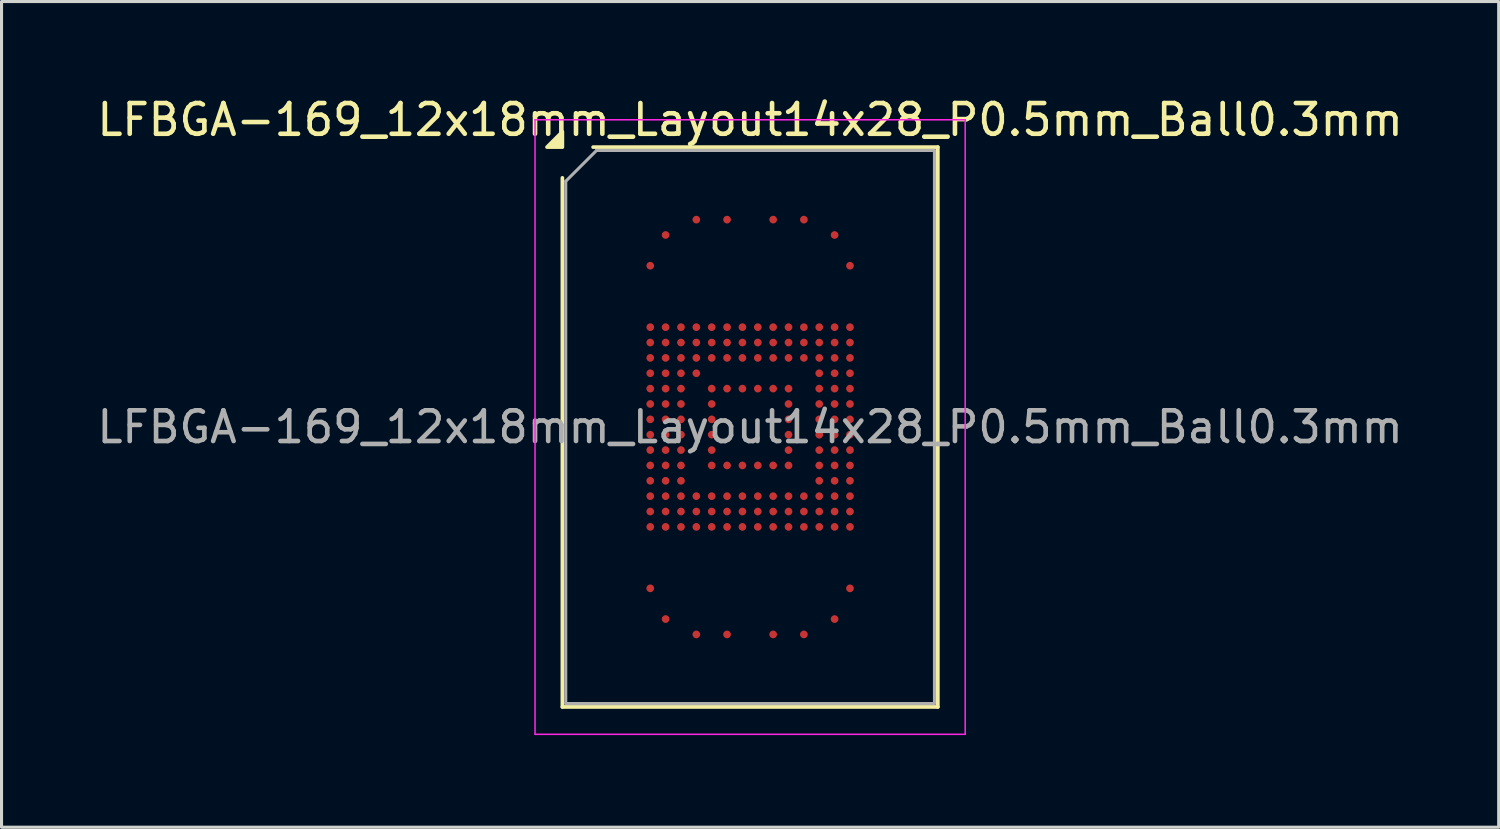
<source format=kicad_pcb>
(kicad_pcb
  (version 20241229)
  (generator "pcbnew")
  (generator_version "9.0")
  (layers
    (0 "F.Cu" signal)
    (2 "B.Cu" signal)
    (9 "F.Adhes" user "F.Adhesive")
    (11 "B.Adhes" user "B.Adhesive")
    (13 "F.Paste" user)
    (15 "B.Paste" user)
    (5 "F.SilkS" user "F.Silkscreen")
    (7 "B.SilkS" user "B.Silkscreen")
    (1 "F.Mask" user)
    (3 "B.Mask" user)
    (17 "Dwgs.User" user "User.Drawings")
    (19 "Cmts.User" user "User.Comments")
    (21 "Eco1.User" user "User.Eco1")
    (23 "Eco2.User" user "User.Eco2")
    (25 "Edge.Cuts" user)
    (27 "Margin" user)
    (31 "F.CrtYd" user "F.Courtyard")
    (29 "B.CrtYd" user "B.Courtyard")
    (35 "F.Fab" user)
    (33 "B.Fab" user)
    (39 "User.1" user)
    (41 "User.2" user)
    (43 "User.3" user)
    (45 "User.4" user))
  (footprint "LFBGA-169_12x18mm_Layout14x28_P0.5mm_Ball0.3mm"
    (layer "F.Cu")
    (at 21.363 10.848)
    (property "Reference" "LFBGA-169_12x18mm_Layout14x28_P0.5mm_Ball0.3mm" (at 0 -10 0) (layer "F.SilkS") (effects (font (size 1 1) (thickness 0.15))))
    (attr smd)
    (fp_line (start -6.11 9.11) (end -6.11 -8.11) (stroke (width 0.12) (type solid)) (layer "F.SilkS"))
    (fp_line (start -5.11 -9.11) (end 6.11 -9.11) (stroke (width 0.12) (type solid)) (layer "F.SilkS"))
    (fp_line (start 6.11 -9.11) (end 6.11 9.11) (stroke (width 0.12) (type solid)) (layer "F.SilkS"))
    (fp_line (start 6.11 9.11) (end -6.11 9.11) (stroke (width 0.12) (type solid)) (layer "F.SilkS"))
    (fp_poly (pts (xy -6.11 -9.11) (xy -6.61 -9.11) (xy -6.11 -9.61) (xy -6.11 -9.11)) (stroke (width 0.12) (type solid)) (fill yes) (layer "F.SilkS"))
    (fp_line (start -7 -10) (end -7 10) (stroke (width 0.05) (type solid)) (layer "F.CrtYd"))
    (fp_line (start -7 10) (end 7 10) (stroke (width 0.05) (type solid)) (layer "F.CrtYd"))
    (fp_line (start 7 -10) (end -7 -10) (stroke (width 0.05) (type solid)) (layer "F.CrtYd"))
    (fp_line (start 7 10) (end 7 -10) (stroke (width 0.05) (type solid)) (layer "F.CrtYd"))
    (fp_line (start -6 -8) (end -5 -9) (stroke (width 0.1) (type solid)) (layer "F.Fab"))
    (fp_line (start -6 9) (end -6 -8) (stroke (width 0.1) (type solid)) (layer "F.Fab"))
    (fp_line (start -5 -9) (end 6 -9) (stroke (width 0.1) (type solid)) (layer "F.Fab"))
    (fp_line (start 6 -9) (end 6 9) (stroke (width 0.1) (type solid)) (layer "F.Fab"))
    (fp_line (start 6 9) (end -6 9) (stroke (width 0.1) (type solid)) (layer "F.Fab"))
    (fp_text user "${REFERENCE}" (at 0 0 0) (layer "F.Fab") (effects (font (size 1 1) (thickness 0.15))))
    (pad "A4" smd circle (at -1.75 -6.75) (size 0.25 0.25) (property pad_prop_bga) (layers "F.Cu" "F.Mask" "F.Paste"))
    (pad "A6" smd circle (at -0.75 -6.75) (size 0.25 0.25) (property pad_prop_bga) (layers "F.Cu" "F.Mask" "F.Paste"))
    (pad "A9" smd circle (at 0.75 -6.75) (size 0.25 0.25) (property pad_prop_bga) (layers "F.Cu" "F.Mask" "F.Paste"))
    (pad "A11" smd circle (at 1.75 -6.75) (size 0.25 0.25) (property pad_prop_bga) (layers "F.Cu" "F.Mask" "F.Paste"))
    (pad "AA1" smd circle (at -3.25 3.25) (size 0.25 0.25) (property pad_prop_bga) (layers "F.Cu" "F.Mask" "F.Paste"))
    (pad "AA2" smd circle (at -2.75 3.25) (size 0.25 0.25) (property pad_prop_bga) (layers "F.Cu" "F.Mask" "F.Paste"))
    (pad "AA3" smd circle (at -2.25 3.25) (size 0.25 0.25) (property pad_prop_bga) (layers "F.Cu" "F.Mask" "F.Paste"))
    (pad "AA4" smd circle (at -1.75 3.25) (size 0.25 0.25) (property pad_prop_bga) (layers "F.Cu" "F.Mask" "F.Paste"))
    (pad "AA5" smd circle (at -1.25 3.25) (size 0.25 0.25) (property pad_prop_bga) (layers "F.Cu" "F.Mask" "F.Paste"))
    (pad "AA6" smd circle (at -0.75 3.25) (size 0.25 0.25) (property pad_prop_bga) (layers "F.Cu" "F.Mask" "F.Paste"))
    (pad "AA7" smd circle (at -0.25 3.25) (size 0.25 0.25) (property pad_prop_bga) (layers "F.Cu" "F.Mask" "F.Paste"))
    (pad "AA8" smd circle (at 0.25 3.25) (size 0.25 0.25) (property pad_prop_bga) (layers "F.Cu" "F.Mask" "F.Paste"))
    (pad "AA9" smd circle (at 0.75 3.25) (size 0.25 0.25) (property pad_prop_bga) (layers "F.Cu" "F.Mask" "F.Paste"))
    (pad "AA10" smd circle (at 1.25 3.25) (size 0.25 0.25) (property pad_prop_bga) (layers "F.Cu" "F.Mask" "F.Paste"))
    (pad "AA11" smd circle (at 1.75 3.25) (size 0.25 0.25) (property pad_prop_bga) (layers "F.Cu" "F.Mask" "F.Paste"))
    (pad "AA12" smd circle (at 2.25 3.25) (size 0.25 0.25) (property pad_prop_bga) (layers "F.Cu" "F.Mask" "F.Paste"))
    (pad "AA13" smd circle (at 2.75 3.25) (size 0.25 0.25) (property pad_prop_bga) (layers "F.Cu" "F.Mask" "F.Paste"))
    (pad "AA14" smd circle (at 3.25 3.25) (size 0.25 0.25) (property pad_prop_bga) (layers "F.Cu" "F.Mask" "F.Paste"))
    (pad "AE1" smd circle (at -3.25 5.25) (size 0.25 0.25) (property pad_prop_bga) (layers "F.Cu" "F.Mask" "F.Paste"))
    (pad "AE14" smd circle (at 3.25 5.25) (size 0.25 0.25) (property pad_prop_bga) (layers "F.Cu" "F.Mask" "F.Paste"))
    (pad "AG2" smd circle (at -2.75 6.25) (size 0.25 0.25) (property pad_prop_bga) (layers "F.Cu" "F.Mask" "F.Paste"))
    (pad "AG13" smd circle (at 2.75 6.25) (size 0.25 0.25) (property pad_prop_bga) (layers "F.Cu" "F.Mask" "F.Paste"))
    (pad "AH4" smd circle (at -1.75 6.75) (size 0.25 0.25) (property pad_prop_bga) (layers "F.Cu" "F.Mask" "F.Paste"))
    (pad "AH6" smd circle (at -0.75 6.75) (size 0.25 0.25) (property pad_prop_bga) (layers "F.Cu" "F.Mask" "F.Paste"))
    (pad "AH9" smd circle (at 0.75 6.75) (size 0.25 0.25) (property pad_prop_bga) (layers "F.Cu" "F.Mask" "F.Paste"))
    (pad "AH11" smd circle (at 1.75 6.75) (size 0.25 0.25) (property pad_prop_bga) (layers "F.Cu" "F.Mask" "F.Paste"))
    (pad "B2" smd circle (at -2.75 -6.25) (size 0.25 0.25) (property pad_prop_bga) (layers "F.Cu" "F.Mask" "F.Paste"))
    (pad "B13" smd circle (at 2.75 -6.25) (size 0.25 0.25) (property pad_prop_bga) (layers "F.Cu" "F.Mask" "F.Paste"))
    (pad "D1" smd circle (at -3.25 -5.25) (size 0.25 0.25) (property pad_prop_bga) (layers "F.Cu" "F.Mask" "F.Paste"))
    (pad "D14" smd circle (at 3.25 -5.25) (size 0.25 0.25) (property pad_prop_bga) (layers "F.Cu" "F.Mask" "F.Paste"))
    (pad "H1" smd circle (at -3.25 -3.25) (size 0.25 0.25) (property pad_prop_bga) (layers "F.Cu" "F.Mask" "F.Paste"))
    (pad "H2" smd circle (at -2.75 -3.25) (size 0.25 0.25) (property pad_prop_bga) (layers "F.Cu" "F.Mask" "F.Paste"))
    (pad "H3" smd circle (at -2.25 -3.25) (size 0.25 0.25) (property pad_prop_bga) (layers "F.Cu" "F.Mask" "F.Paste"))
    (pad "H4" smd circle (at -1.75 -3.25) (size 0.25 0.25) (property pad_prop_bga) (layers "F.Cu" "F.Mask" "F.Paste"))
    (pad "H5" smd circle (at -1.25 -3.25) (size 0.25 0.25) (property pad_prop_bga) (layers "F.Cu" "F.Mask" "F.Paste"))
    (pad "H6" smd circle (at -0.75 -3.25) (size 0.25 0.25) (property pad_prop_bga) (layers "F.Cu" "F.Mask" "F.Paste"))
    (pad "H7" smd circle (at -0.25 -3.25) (size 0.25 0.25) (property pad_prop_bga) (layers "F.Cu" "F.Mask" "F.Paste"))
    (pad "H8" smd circle (at 0.25 -3.25) (size 0.25 0.25) (property pad_prop_bga) (layers "F.Cu" "F.Mask" "F.Paste"))
    (pad "H9" smd circle (at 0.75 -3.25) (size 0.25 0.25) (property pad_prop_bga) (layers "F.Cu" "F.Mask" "F.Paste"))
    (pad "H10" smd circle (at 1.25 -3.25) (size 0.25 0.25) (property pad_prop_bga) (layers "F.Cu" "F.Mask" "F.Paste"))
    (pad "H11" smd circle (at 1.75 -3.25) (size 0.25 0.25) (property pad_prop_bga) (layers "F.Cu" "F.Mask" "F.Paste"))
    (pad "H12" smd circle (at 2.25 -3.25) (size 0.25 0.25) (property pad_prop_bga) (layers "F.Cu" "F.Mask" "F.Paste"))
    (pad "H13" smd circle (at 2.75 -3.25) (size 0.25 0.25) (property pad_prop_bga) (layers "F.Cu" "F.Mask" "F.Paste"))
    (pad "H14" smd circle (at 3.25 -3.25) (size 0.25 0.25) (property pad_prop_bga) (layers "F.Cu" "F.Mask" "F.Paste"))
    (pad "J1" smd circle (at -3.25 -2.75) (size 0.25 0.25) (property pad_prop_bga) (layers "F.Cu" "F.Mask" "F.Paste"))
    (pad "J2" smd circle (at -2.75 -2.75) (size 0.25 0.25) (property pad_prop_bga) (layers "F.Cu" "F.Mask" "F.Paste"))
    (pad "J3" smd circle (at -2.25 -2.75) (size 0.25 0.25) (property pad_prop_bga) (layers "F.Cu" "F.Mask" "F.Paste"))
    (pad "J4" smd circle (at -1.75 -2.75) (size 0.25 0.25) (property pad_prop_bga) (layers "F.Cu" "F.Mask" "F.Paste"))
    (pad "J5" smd circle (at -1.25 -2.75) (size 0.25 0.25) (property pad_prop_bga) (layers "F.Cu" "F.Mask" "F.Paste"))
    (pad "J6" smd circle (at -0.75 -2.75) (size 0.25 0.25) (property pad_prop_bga) (layers "F.Cu" "F.Mask" "F.Paste"))
    (pad "J7" smd circle (at -0.25 -2.75) (size 0.25 0.25) (property pad_prop_bga) (layers "F.Cu" "F.Mask" "F.Paste"))
    (pad "J8" smd circle (at 0.25 -2.75) (size 0.25 0.25) (property pad_prop_bga) (layers "F.Cu" "F.Mask" "F.Paste"))
    (pad "J9" smd circle (at 0.75 -2.75) (size 0.25 0.25) (property pad_prop_bga) (layers "F.Cu" "F.Mask" "F.Paste"))
    (pad "J10" smd circle (at 1.25 -2.75) (size 0.25 0.25) (property pad_prop_bga) (layers "F.Cu" "F.Mask" "F.Paste"))
    (pad "J11" smd circle (at 1.75 -2.75) (size 0.25 0.25) (property pad_prop_bga) (layers "F.Cu" "F.Mask" "F.Paste"))
    (pad "J12" smd circle (at 2.25 -2.75) (size 0.25 0.25) (property pad_prop_bga) (layers "F.Cu" "F.Mask" "F.Paste"))
    (pad "J13" smd circle (at 2.75 -2.75) (size 0.25 0.25) (property pad_prop_bga) (layers "F.Cu" "F.Mask" "F.Paste"))
    (pad "J14" smd circle (at 3.25 -2.75) (size 0.25 0.25) (property pad_prop_bga) (layers "F.Cu" "F.Mask" "F.Paste"))
    (pad "K1" smd circle (at -3.25 -2.25) (size 0.25 0.25) (property pad_prop_bga) (layers "F.Cu" "F.Mask" "F.Paste"))
    (pad "K2" smd circle (at -2.75 -2.25) (size 0.25 0.25) (property pad_prop_bga) (layers "F.Cu" "F.Mask" "F.Paste"))
    (pad "K3" smd circle (at -2.25 -2.25) (size 0.25 0.25) (property pad_prop_bga) (layers "F.Cu" "F.Mask" "F.Paste"))
    (pad "K4" smd circle (at -1.75 -2.25) (size 0.25 0.25) (property pad_prop_bga) (layers "F.Cu" "F.Mask" "F.Paste"))
    (pad "K5" smd circle (at -1.25 -2.25) (size 0.25 0.25) (property pad_prop_bga) (layers "F.Cu" "F.Mask" "F.Paste"))
    (pad "K6" smd circle (at -0.75 -2.25) (size 0.25 0.25) (property pad_prop_bga) (layers "F.Cu" "F.Mask" "F.Paste"))
    (pad "K7" smd circle (at -0.25 -2.25) (size 0.25 0.25) (property pad_prop_bga) (layers "F.Cu" "F.Mask" "F.Paste"))
    (pad "K8" smd circle (at 0.25 -2.25) (size 0.25 0.25) (property pad_prop_bga) (layers "F.Cu" "F.Mask" "F.Paste"))
    (pad "K9" smd circle (at 0.75 -2.25) (size 0.25 0.25) (property pad_prop_bga) (layers "F.Cu" "F.Mask" "F.Paste"))
    (pad "K10" smd circle (at 1.25 -2.25) (size 0.25 0.25) (property pad_prop_bga) (layers "F.Cu" "F.Mask" "F.Paste"))
    (pad "K11" smd circle (at 1.75 -2.25) (size 0.25 0.25) (property pad_prop_bga) (layers "F.Cu" "F.Mask" "F.Paste"))
    (pad "K12" smd circle (at 2.25 -2.25) (size 0.25 0.25) (property pad_prop_bga) (layers "F.Cu" "F.Mask" "F.Paste"))
    (pad "K13" smd circle (at 2.75 -2.25) (size 0.25 0.25) (property pad_prop_bga) (layers "F.Cu" "F.Mask" "F.Paste"))
    (pad "K14" smd circle (at 3.25 -2.25) (size 0.25 0.25) (property pad_prop_bga) (layers "F.Cu" "F.Mask" "F.Paste"))
    (pad "L1" smd circle (at -3.25 -1.75) (size 0.25 0.25) (property pad_prop_bga) (layers "F.Cu" "F.Mask" "F.Paste"))
    (pad "L2" smd circle (at -2.75 -1.75) (size 0.25 0.25) (property pad_prop_bga) (layers "F.Cu" "F.Mask" "F.Paste"))
    (pad "L3" smd circle (at -2.25 -1.75) (size 0.25 0.25) (property pad_prop_bga) (layers "F.Cu" "F.Mask" "F.Paste"))
    (pad "L4" smd circle (at -1.75 -1.75) (size 0.25 0.25) (property pad_prop_bga) (layers "F.Cu" "F.Mask" "F.Paste"))
    (pad "L12" smd circle (at 2.25 -1.75) (size 0.25 0.25) (property pad_prop_bga) (layers "F.Cu" "F.Mask" "F.Paste"))
    (pad "L13" smd circle (at 2.75 -1.75) (size 0.25 0.25) (property pad_prop_bga) (layers "F.Cu" "F.Mask" "F.Paste"))
    (pad "L14" smd circle (at 3.25 -1.75) (size 0.25 0.25) (property pad_prop_bga) (layers "F.Cu" "F.Mask" "F.Paste"))
    (pad "M1" smd circle (at -3.25 -1.25) (size 0.25 0.25) (property pad_prop_bga) (layers "F.Cu" "F.Mask" "F.Paste"))
    (pad "M2" smd circle (at -2.75 -1.25) (size 0.25 0.25) (property pad_prop_bga) (layers "F.Cu" "F.Mask" "F.Paste"))
    (pad "M3" smd circle (at -2.25 -1.25) (size 0.25 0.25) (property pad_prop_bga) (layers "F.Cu" "F.Mask" "F.Paste"))
    (pad "M5" smd circle (at -1.25 -1.25) (size 0.25 0.25) (property pad_prop_bga) (layers "F.Cu" "F.Mask" "F.Paste"))
    (pad "M6" smd circle (at -0.75 -1.25) (size 0.25 0.25) (property pad_prop_bga) (layers "F.Cu" "F.Mask" "F.Paste"))
    (pad "M7" smd circle (at -0.25 -1.25) (size 0.25 0.25) (property pad_prop_bga) (layers "F.Cu" "F.Mask" "F.Paste"))
    (pad "M8" smd circle (at 0.25 -1.25) (size 0.25 0.25) (property pad_prop_bga) (layers "F.Cu" "F.Mask" "F.Paste"))
    (pad "M9" smd circle (at 0.75 -1.25) (size 0.25 0.25) (property pad_prop_bga) (layers "F.Cu" "F.Mask" "F.Paste"))
    (pad "M10" smd circle (at 1.25 -1.25) (size 0.25 0.25) (property pad_prop_bga) (layers "F.Cu" "F.Mask" "F.Paste"))
    (pad "M12" smd circle (at 2.25 -1.25) (size 0.25 0.25) (property pad_prop_bga) (layers "F.Cu" "F.Mask" "F.Paste"))
    (pad "M13" smd circle (at 2.75 -1.25) (size 0.25 0.25) (property pad_prop_bga) (layers "F.Cu" "F.Mask" "F.Paste"))
    (pad "M14" smd circle (at 3.25 -1.25) (size 0.25 0.25) (property pad_prop_bga) (layers "F.Cu" "F.Mask" "F.Paste"))
    (pad "N1" smd circle (at -3.25 -0.75) (size 0.25 0.25) (property pad_prop_bga) (layers "F.Cu" "F.Mask" "F.Paste"))
    (pad "N2" smd circle (at -2.75 -0.75) (size 0.25 0.25) (property pad_prop_bga) (layers "F.Cu" "F.Mask" "F.Paste"))
    (pad "N3" smd circle (at -2.25 -0.75) (size 0.25 0.25) (property pad_prop_bga) (layers "F.Cu" "F.Mask" "F.Paste"))
    (pad "N5" smd circle (at -1.25 -0.75) (size 0.25 0.25) (property pad_prop_bga) (layers "F.Cu" "F.Mask" "F.Paste"))
    (pad "N10" smd circle (at 1.25 -0.75) (size 0.25 0.25) (property pad_prop_bga) (layers "F.Cu" "F.Mask" "F.Paste"))
    (pad "N12" smd circle (at 2.25 -0.75) (size 0.25 0.25) (property pad_prop_bga) (layers "F.Cu" "F.Mask" "F.Paste"))
    (pad "N13" smd circle (at 2.75 -0.75) (size 0.25 0.25) (property pad_prop_bga) (layers "F.Cu" "F.Mask" "F.Paste"))
    (pad "N14" smd circle (at 3.25 -0.75) (size 0.25 0.25) (property pad_prop_bga) (layers "F.Cu" "F.Mask" "F.Paste"))
    (pad "P1" smd circle (at -3.25 -0.25) (size 0.25 0.25) (property pad_prop_bga) (layers "F.Cu" "F.Mask" "F.Paste"))
    (pad "P2" smd circle (at -2.75 -0.25) (size 0.25 0.25) (property pad_prop_bga) (layers "F.Cu" "F.Mask" "F.Paste"))
    (pad "P3" smd circle (at -2.25 -0.25) (size 0.25 0.25) (property pad_prop_bga) (layers "F.Cu" "F.Mask" "F.Paste"))
    (pad "P5" smd circle (at -1.25 -0.25) (size 0.25 0.25) (property pad_prop_bga) (layers "F.Cu" "F.Mask" "F.Paste"))
    (pad "P10" smd circle (at 1.25 -0.25) (size 0.25 0.25) (property pad_prop_bga) (layers "F.Cu" "F.Mask" "F.Paste"))
    (pad "P12" smd circle (at 2.25 -0.25) (size 0.25 0.25) (property pad_prop_bga) (layers "F.Cu" "F.Mask" "F.Paste"))
    (pad "P13" smd circle (at 2.75 -0.25) (size 0.25 0.25) (property pad_prop_bga) (layers "F.Cu" "F.Mask" "F.Paste"))
    (pad "P14" smd circle (at 3.25 -0.25) (size 0.25 0.25) (property pad_prop_bga) (layers "F.Cu" "F.Mask" "F.Paste"))
    (pad "R1" smd circle (at -3.25 0.25) (size 0.25 0.25) (property pad_prop_bga) (layers "F.Cu" "F.Mask" "F.Paste"))
    (pad "R2" smd circle (at -2.75 0.25) (size 0.25 0.25) (property pad_prop_bga) (layers "F.Cu" "F.Mask" "F.Paste"))
    (pad "R3" smd circle (at -2.25 0.25) (size 0.25 0.25) (property pad_prop_bga) (layers "F.Cu" "F.Mask" "F.Paste"))
    (pad "R5" smd circle (at -1.25 0.25) (size 0.25 0.25) (property pad_prop_bga) (layers "F.Cu" "F.Mask" "F.Paste"))
    (pad "R10" smd circle (at 1.25 0.25) (size 0.25 0.25) (property pad_prop_bga) (layers "F.Cu" "F.Mask" "F.Paste"))
    (pad "R12" smd circle (at 2.25 0.25) (size 0.25 0.25) (property pad_prop_bga) (layers "F.Cu" "F.Mask" "F.Paste"))
    (pad "R13" smd circle (at 2.75 0.25) (size 0.25 0.25) (property pad_prop_bga) (layers "F.Cu" "F.Mask" "F.Paste"))
    (pad "R14" smd circle (at 3.25 0.25) (size 0.25 0.25) (property pad_prop_bga) (layers "F.Cu" "F.Mask" "F.Paste"))
    (pad "T1" smd circle (at -3.25 0.75) (size 0.25 0.25) (property pad_prop_bga) (layers "F.Cu" "F.Mask" "F.Paste"))
    (pad "T2" smd circle (at -2.75 0.75) (size 0.25 0.25) (property pad_prop_bga) (layers "F.Cu" "F.Mask" "F.Paste"))
    (pad "T3" smd circle (at -2.25 0.75) (size 0.25 0.25) (property pad_prop_bga) (layers "F.Cu" "F.Mask" "F.Paste"))
    (pad "T5" smd circle (at -1.25 0.75) (size 0.25 0.25) (property pad_prop_bga) (layers "F.Cu" "F.Mask" "F.Paste"))
    (pad "T10" smd circle (at 1.25 0.75) (size 0.25 0.25) (property pad_prop_bga) (layers "F.Cu" "F.Mask" "F.Paste"))
    (pad "T12" smd circle (at 2.25 0.75) (size 0.25 0.25) (property pad_prop_bga) (layers "F.Cu" "F.Mask" "F.Paste"))
    (pad "T13" smd circle (at 2.75 0.75) (size 0.25 0.25) (property pad_prop_bga) (layers "F.Cu" "F.Mask" "F.Paste"))
    (pad "T14" smd circle (at 3.25 0.75) (size 0.25 0.25) (property pad_prop_bga) (layers "F.Cu" "F.Mask" "F.Paste"))
    (pad "U1" smd circle (at -3.25 1.25) (size 0.25 0.25) (property pad_prop_bga) (layers "F.Cu" "F.Mask" "F.Paste"))
    (pad "U2" smd circle (at -2.75 1.25) (size 0.25 0.25) (property pad_prop_bga) (layers "F.Cu" "F.Mask" "F.Paste"))
    (pad "U3" smd circle (at -2.25 1.25) (size 0.25 0.25) (property pad_prop_bga) (layers "F.Cu" "F.Mask" "F.Paste"))
    (pad "U5" smd circle (at -1.25 1.25) (size 0.25 0.25) (property pad_prop_bga) (layers "F.Cu" "F.Mask" "F.Paste"))
    (pad "U6" smd circle (at -0.75 1.25) (size 0.25 0.25) (property pad_prop_bga) (layers "F.Cu" "F.Mask" "F.Paste"))
    (pad "U7" smd circle (at -0.25 1.25) (size 0.25 0.25) (property pad_prop_bga) (layers "F.Cu" "F.Mask" "F.Paste"))
    (pad "U8" smd circle (at 0.25 1.25) (size 0.25 0.25) (property pad_prop_bga) (layers "F.Cu" "F.Mask" "F.Paste"))
    (pad "U9" smd circle (at 0.75 1.25) (size 0.25 0.25) (property pad_prop_bga) (layers "F.Cu" "F.Mask" "F.Paste"))
    (pad "U10" smd circle (at 1.25 1.25) (size 0.25 0.25) (property pad_prop_bga) (layers "F.Cu" "F.Mask" "F.Paste"))
    (pad "U12" smd circle (at 2.25 1.25) (size 0.25 0.25) (property pad_prop_bga) (layers "F.Cu" "F.Mask" "F.Paste"))
    (pad "U13" smd circle (at 2.75 1.25) (size 0.25 0.25) (property pad_prop_bga) (layers "F.Cu" "F.Mask" "F.Paste"))
    (pad "U14" smd circle (at 3.25 1.25) (size 0.25 0.25) (property pad_prop_bga) (layers "F.Cu" "F.Mask" "F.Paste"))
    (pad "V1" smd circle (at -3.25 1.75) (size 0.25 0.25) (property pad_prop_bga) (layers "F.Cu" "F.Mask" "F.Paste"))
    (pad "V2" smd circle (at -2.75 1.75) (size 0.25 0.25) (property pad_prop_bga) (layers "F.Cu" "F.Mask" "F.Paste"))
    (pad "V3" smd circle (at -2.25 1.75) (size 0.25 0.25) (property pad_prop_bga) (layers "F.Cu" "F.Mask" "F.Paste"))
    (pad "V12" smd circle (at 2.25 1.75) (size 0.25 0.25) (property pad_prop_bga) (layers "F.Cu" "F.Mask" "F.Paste"))
    (pad "V13" smd circle (at 2.75 1.75) (size 0.25 0.25) (property pad_prop_bga) (layers "F.Cu" "F.Mask" "F.Paste"))
    (pad "V14" smd circle (at 3.25 1.75) (size 0.25 0.25) (property pad_prop_bga) (layers "F.Cu" "F.Mask" "F.Paste"))
    (pad "W1" smd circle (at -3.25 2.25) (size 0.25 0.25) (property pad_prop_bga) (layers "F.Cu" "F.Mask" "F.Paste"))
    (pad "W2" smd circle (at -2.75 2.25) (size 0.25 0.25) (property pad_prop_bga) (layers "F.Cu" "F.Mask" "F.Paste"))
    (pad "W3" smd circle (at -2.25 2.25) (size 0.25 0.25) (property pad_prop_bga) (layers "F.Cu" "F.Mask" "F.Paste"))
    (pad "W4" smd circle (at -1.75 2.25) (size 0.25 0.25) (property pad_prop_bga) (layers "F.Cu" "F.Mask" "F.Paste"))
    (pad "W5" smd circle (at -1.25 2.25) (size 0.25 0.25) (property pad_prop_bga) (layers "F.Cu" "F.Mask" "F.Paste"))
    (pad "W6" smd circle (at -0.75 2.25) (size 0.25 0.25) (property pad_prop_bga) (layers "F.Cu" "F.Mask" "F.Paste"))
    (pad "W7" smd circle (at -0.25 2.25) (size 0.25 0.25) (property pad_prop_bga) (layers "F.Cu" "F.Mask" "F.Paste"))
    (pad "W8" smd circle (at 0.25 2.25) (size 0.25 0.25) (property pad_prop_bga) (layers "F.Cu" "F.Mask" "F.Paste"))
    (pad "W9" smd circle (at 0.75 2.25) (size 0.25 0.25) (property pad_prop_bga) (layers "F.Cu" "F.Mask" "F.Paste"))
    (pad "W10" smd circle (at 1.25 2.25) (size 0.25 0.25) (property pad_prop_bga) (layers "F.Cu" "F.Mask" "F.Paste"))
    (pad "W11" smd circle (at 1.75 2.25) (size 0.25 0.25) (property pad_prop_bga) (layers "F.Cu" "F.Mask" "F.Paste"))
    (pad "W12" smd circle (at 2.25 2.25) (size 0.25 0.25) (property pad_prop_bga) (layers "F.Cu" "F.Mask" "F.Paste"))
    (pad "W13" smd circle (at 2.75 2.25) (size 0.25 0.25) (property pad_prop_bga) (layers "F.Cu" "F.Mask" "F.Paste"))
    (pad "W14" smd circle (at 3.25 2.25) (size 0.25 0.25) (property pad_prop_bga) (layers "F.Cu" "F.Mask" "F.Paste"))
    (pad "Y1" smd circle (at -3.25 2.75) (size 0.25 0.25) (property pad_prop_bga) (layers "F.Cu" "F.Mask" "F.Paste"))
    (pad "Y2" smd circle (at -2.75 2.75) (size 0.25 0.25) (property pad_prop_bga) (layers "F.Cu" "F.Mask" "F.Paste"))
    (pad "Y3" smd circle (at -2.25 2.75) (size 0.25 0.25) (property pad_prop_bga) (layers "F.Cu" "F.Mask" "F.Paste"))
    (pad "Y4" smd circle (at -1.75 2.75) (size 0.25 0.25) (property pad_prop_bga) (layers "F.Cu" "F.Mask" "F.Paste"))
    (pad "Y5" smd circle (at -1.25 2.75) (size 0.25 0.25) (property pad_prop_bga) (layers "F.Cu" "F.Mask" "F.Paste"))
    (pad "Y6" smd circle (at -0.75 2.75) (size 0.25 0.25) (property pad_prop_bga) (layers "F.Cu" "F.Mask" "F.Paste"))
    (pad "Y7" smd circle (at -0.25 2.75) (size 0.25 0.25) (property pad_prop_bga) (layers "F.Cu" "F.Mask" "F.Paste"))
    (pad "Y8" smd circle (at 0.25 2.75) (size 0.25 0.25) (property pad_prop_bga) (layers "F.Cu" "F.Mask" "F.Paste"))
    (pad "Y9" smd circle (at 0.75 2.75) (size 0.25 0.25) (property pad_prop_bga) (layers "F.Cu" "F.Mask" "F.Paste"))
    (pad "Y10" smd circle (at 1.25 2.75) (size 0.25 0.25) (property pad_prop_bga) (layers "F.Cu" "F.Mask" "F.Paste"))
    (pad "Y11" smd circle (at 1.75 2.75) (size 0.25 0.25) (property pad_prop_bga) (layers "F.Cu" "F.Mask" "F.Paste"))
    (pad "Y12" smd circle (at 2.25 2.75) (size 0.25 0.25) (property pad_prop_bga) (layers "F.Cu" "F.Mask" "F.Paste"))
    (pad "Y13" smd circle (at 2.75 2.75) (size 0.25 0.25) (property pad_prop_bga) (layers "F.Cu" "F.Mask" "F.Paste"))
    (pad "Y14" smd circle (at 3.25 2.75) (size 0.25 0.25) (property pad_prop_bga) (layers "F.Cu" "F.Mask" "F.Paste")))
  (gr_rect
    (start -3 -3)
    (end 45.726 23.873)
    (stroke (width 0.1) (type default))
    (fill no)
    (layer "Edge.Cuts")))
</source>
